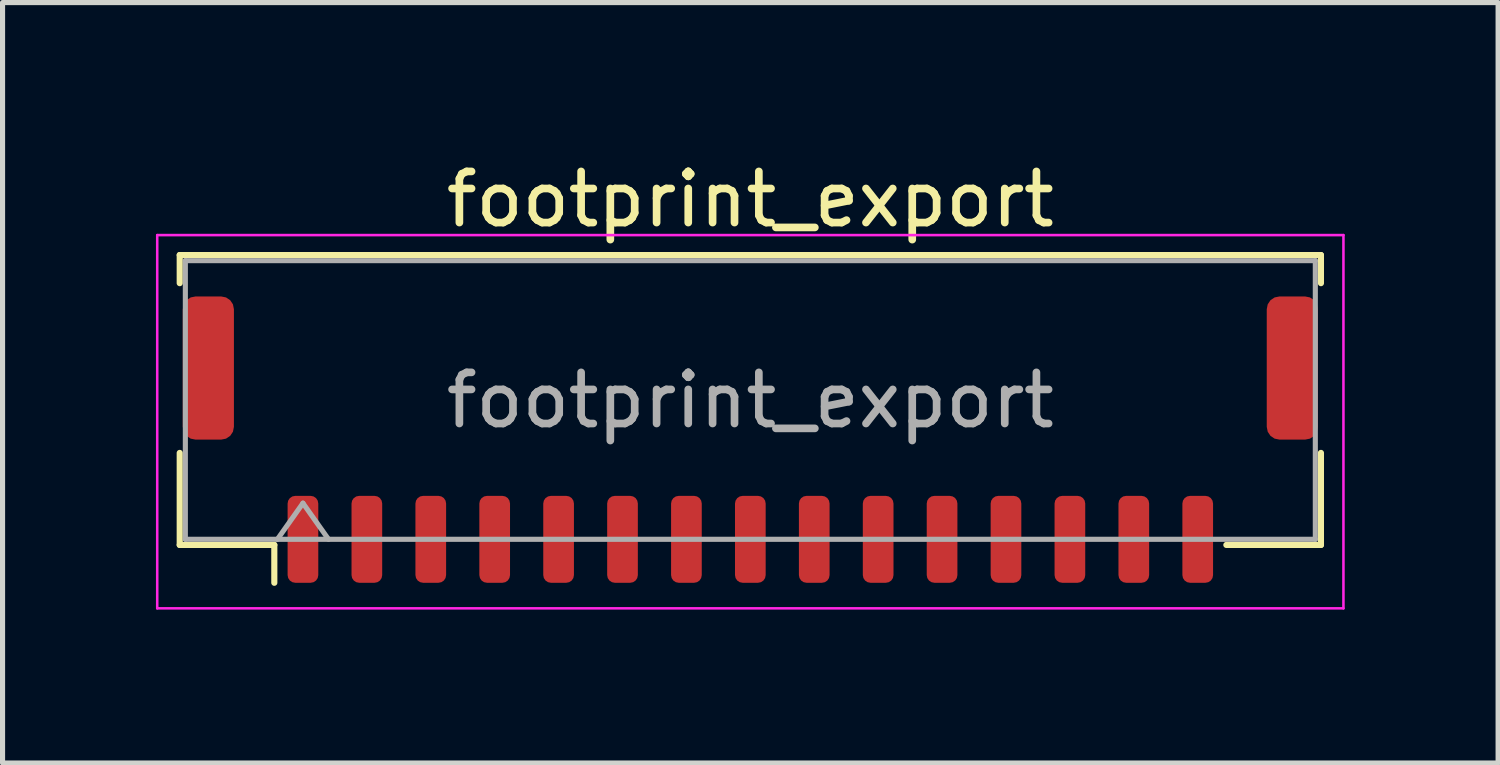
<source format=kicad_pcb>
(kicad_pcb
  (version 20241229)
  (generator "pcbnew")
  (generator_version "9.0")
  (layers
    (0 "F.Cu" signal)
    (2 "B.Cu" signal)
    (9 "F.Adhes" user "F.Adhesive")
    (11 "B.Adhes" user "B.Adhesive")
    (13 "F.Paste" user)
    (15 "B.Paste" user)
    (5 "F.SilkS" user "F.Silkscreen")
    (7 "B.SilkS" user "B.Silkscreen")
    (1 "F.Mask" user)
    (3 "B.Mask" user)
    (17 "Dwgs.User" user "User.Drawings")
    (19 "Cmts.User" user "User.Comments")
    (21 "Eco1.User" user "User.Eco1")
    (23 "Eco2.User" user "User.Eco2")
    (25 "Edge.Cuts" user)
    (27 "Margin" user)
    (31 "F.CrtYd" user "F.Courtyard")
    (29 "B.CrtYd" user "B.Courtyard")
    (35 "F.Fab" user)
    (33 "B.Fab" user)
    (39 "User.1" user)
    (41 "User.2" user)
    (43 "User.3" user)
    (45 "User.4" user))
  (footprint "footprint_export"
    (layer "F.Cu")
    (at 11.625 5.548)
    (property "Reference" "footprint_export" (at 0 -4.7 0) (layer "F.SilkS") (effects (font (size 1 1) (thickness 0.15))))
    (attr smd)
    (fp_line (start -11.16 -3.61) (end 11.16 -3.61) (stroke (width 0.12) (type solid)) (layer "F.SilkS"))
    (fp_line (start -11.16 -3.06) (end -11.16 -3.61) (stroke (width 0.12) (type solid)) (layer "F.SilkS"))
    (fp_line (start -11.16 0.26) (end -11.16 2.06) (stroke (width 0.12) (type solid)) (layer "F.SilkS"))
    (fp_line (start -11.16 2.06) (end -9.31 2.06) (stroke (width 0.12) (type solid)) (layer "F.SilkS"))
    (fp_line (start -9.31 2.06) (end -9.31 2.8) (stroke (width 0.12) (type solid)) (layer "F.SilkS"))
    (fp_line (start 11.16 -3.61) (end 11.16 -3.06) (stroke (width 0.12) (type solid)) (layer "F.SilkS"))
    (fp_line (start 11.16 0.26) (end 11.16 2.06) (stroke (width 0.12) (type solid)) (layer "F.SilkS"))
    (fp_line (start 11.16 2.06) (end 9.31 2.06) (stroke (width 0.12) (type solid)) (layer "F.SilkS"))
    (fp_line (start -11.6 -4) (end -11.6 3.3) (stroke (width 0.05) (type solid)) (layer "F.CrtYd"))
    (fp_line (start -11.6 3.3) (end 11.6 3.3) (stroke (width 0.05) (type solid)) (layer "F.CrtYd"))
    (fp_line (start 11.6 -4) (end -11.6 -4) (stroke (width 0.05) (type solid)) (layer "F.CrtYd"))
    (fp_line (start 11.6 3.3) (end 11.6 -4) (stroke (width 0.05) (type solid)) (layer "F.CrtYd"))
    (fp_line (start -11.05 -3.5) (end 11.05 -3.5) (stroke (width 0.1) (type solid)) (layer "F.Fab"))
    (fp_line (start -11.05 1.95) (end -11.05 -3.5) (stroke (width 0.1) (type solid)) (layer "F.Fab"))
    (fp_line (start -11.05 1.95) (end 11.05 1.95) (stroke (width 0.1) (type solid)) (layer "F.Fab"))
    (fp_line (start -9.25 1.95) (end -8.75 1.243) (stroke (width 0.1) (type solid)) (layer "F.Fab"))
    (fp_line (start -8.75 1.243) (end -8.25 1.95) (stroke (width 0.1) (type solid)) (layer "F.Fab"))
    (fp_line (start 11.05 1.95) (end 11.05 -3.5) (stroke (width 0.1) (type solid)) (layer "F.Fab"))
    (fp_text user "${REFERENCE}" (at 0 -0.77 0) (layer "F.Fab") (effects (font (size 1 1) (thickness 0.15))))
    (pad "1" smd roundrect (at -8.75 1.95) (size 0.6 1.7) (layers "F.Cu" "F.Mask" "F.Paste") (roundrect_rratio 0.25))
    (pad "2" smd roundrect (at -7.5 1.95) (size 0.6 1.7) (layers "F.Cu" "F.Mask" "F.Paste") (roundrect_rratio 0.25))
    (pad "3" smd roundrect (at -6.25 1.95) (size 0.6 1.7) (layers "F.Cu" "F.Mask" "F.Paste") (roundrect_rratio 0.25))
    (pad "4" smd roundrect (at -5 1.95) (size 0.6 1.7) (layers "F.Cu" "F.Mask" "F.Paste") (roundrect_rratio 0.25))
    (pad "5" smd roundrect (at -3.75 1.95) (size 0.6 1.7) (layers "F.Cu" "F.Mask" "F.Paste") (roundrect_rratio 0.25))
    (pad "6" smd roundrect (at -2.5 1.95) (size 0.6 1.7) (layers "F.Cu" "F.Mask" "F.Paste") (roundrect_rratio 0.25))
    (pad "7" smd roundrect (at -1.25 1.95) (size 0.6 1.7) (layers "F.Cu" "F.Mask" "F.Paste") (roundrect_rratio 0.25))
    (pad "8" smd roundrect (at 0 1.95) (size 0.6 1.7) (layers "F.Cu" "F.Mask" "F.Paste") (roundrect_rratio 0.25))
    (pad "9" smd roundrect (at 1.25 1.95) (size 0.6 1.7) (layers "F.Cu" "F.Mask" "F.Paste") (roundrect_rratio 0.25))
    (pad "10" smd roundrect (at 2.5 1.95) (size 0.6 1.7) (layers "F.Cu" "F.Mask" "F.Paste") (roundrect_rratio 0.25))
    (pad "11" smd roundrect (at 3.75 1.95) (size 0.6 1.7) (layers "F.Cu" "F.Mask" "F.Paste") (roundrect_rratio 0.25))
    (pad "12" smd roundrect (at 5 1.95) (size 0.6 1.7) (layers "F.Cu" "F.Mask" "F.Paste") (roundrect_rratio 0.25))
    (pad "13" smd roundrect (at 6.25 1.95) (size 0.6 1.7) (layers "F.Cu" "F.Mask" "F.Paste") (roundrect_rratio 0.25))
    (pad "14" smd roundrect (at 7.5 1.95) (size 0.6 1.7) (layers "F.Cu" "F.Mask" "F.Paste") (roundrect_rratio 0.25))
    (pad "15" smd roundrect (at 8.75 1.95) (size 0.6 1.7) (layers "F.Cu" "F.Mask" "F.Paste") (roundrect_rratio 0.25))
    (pad "MP" smd roundrect (at -10.6 -1.4) (size 1 2.8) (layers "F.Cu" "F.Mask" "F.Paste") (roundrect_rratio 0.25))
    (pad "MP" smd roundrect (at 10.6 -1.4) (size 1 2.8) (layers "F.Cu" "F.Mask" "F.Paste") (roundrect_rratio 0.25)))
  (gr_rect
    (start -3 -3)
    (end 26.25 11.873)
    (stroke (width 0.1) (type default))
    (fill no)
    (layer "Edge.Cuts")))
</source>
